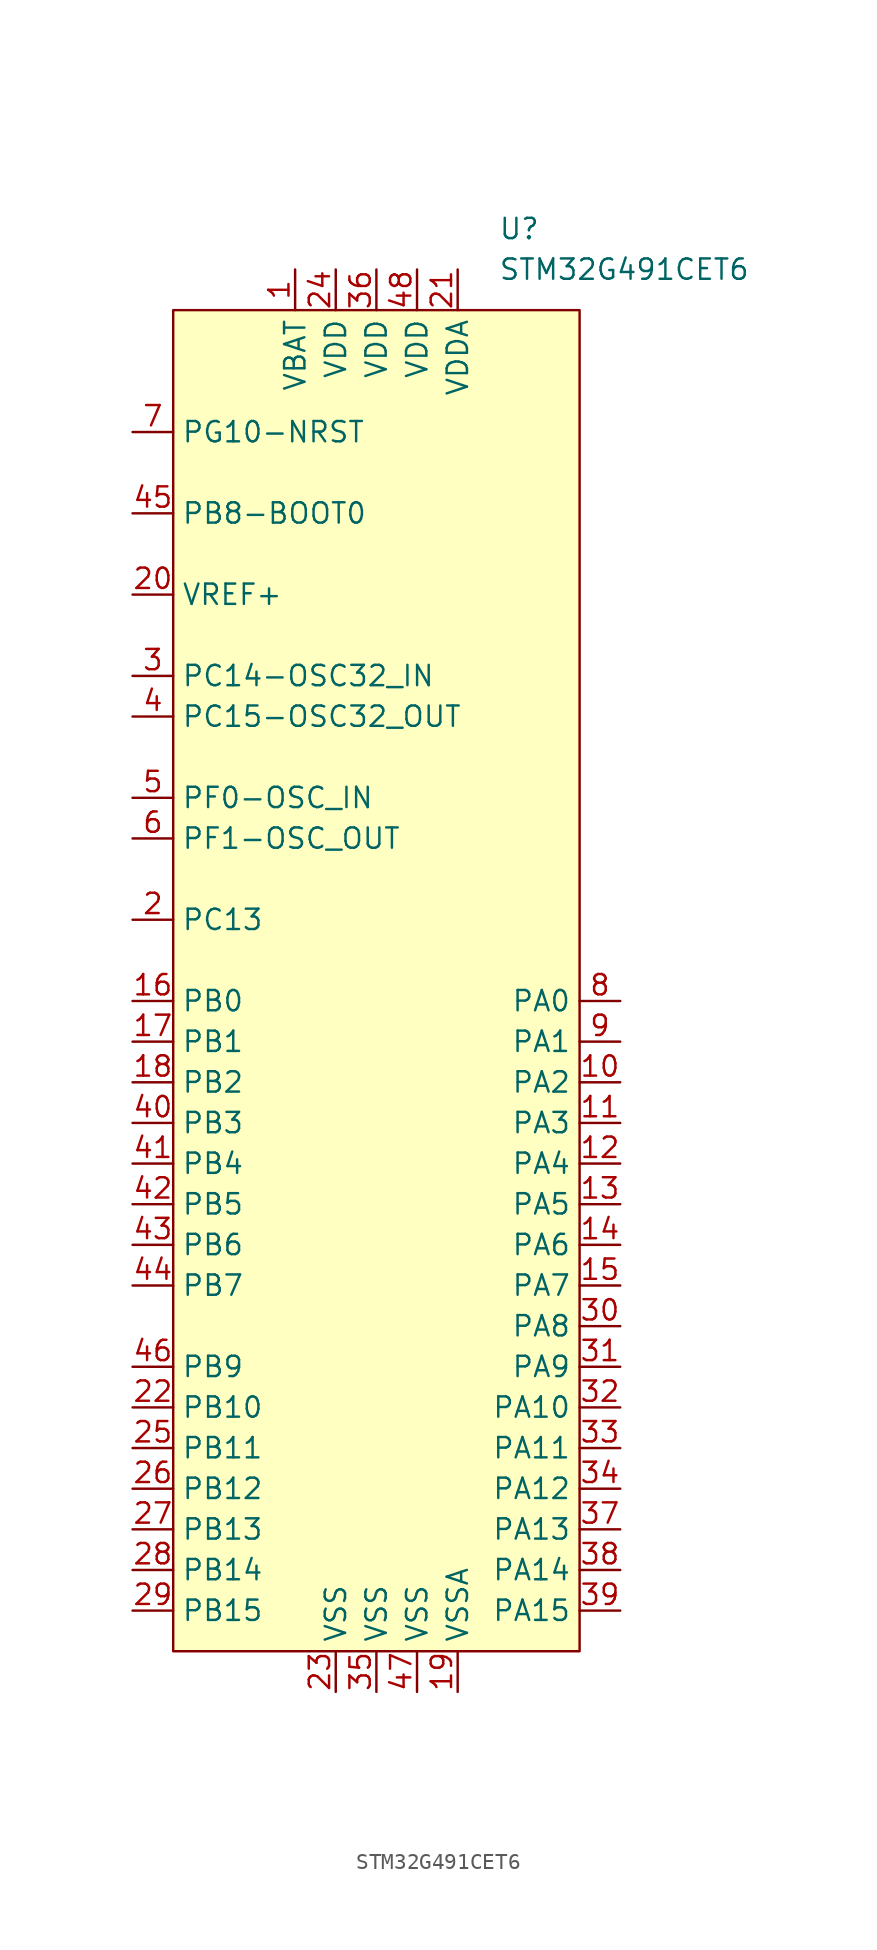
<source format=kicad_sym>
(kicad_symbol_lib
  (version 20211014)
  (generator kicad_symbol_editor)
  (symbol "STM32G491CET6"
    (property "Reference" "U"
      (at 7.62 48.26 0)
      (effects (font (size 1.27 1.27)) (justify left)))
    (property "Value" "STM32G491CET6"
      (at 7.62 45.72 0)
      (effects (font (size 1.27 1.27)) (justify left)))
    (symbol "STM32G491CET6_0_1"
      (rectangle (start -12.7 43.18) (end 12.7 -40.64) (stroke (width 0) (type default) (color 0 0 0 0)) (fill (type background))))
    (symbol "STM32G491CET6_1_1"
      (pin power_in line (at -5.08 45.72 270) (length 2.54) (name "VBAT" (effects (font (size 1.27 1.27)))) (number "1" (effects (font (size 1.27 1.27)))))
      (pin bidirectional line (at 15.24 -5.08 180) (length 2.54) (name "PA2" (effects (font (size 1.27 1.27)))) (number "10" (effects (font (size 1.27 1.27)))))
      (pin bidirectional line (at 15.24 -7.62 180) (length 2.54) (name "PA3" (effects (font (size 1.27 1.27)))) (number "11" (effects (font (size 1.27 1.27)))))
      (pin bidirectional line (at 15.24 -10.16 180) (length 2.54) (name "PA4" (effects (font (size 1.27 1.27)))) (number "12" (effects (font (size 1.27 1.27)))))
      (pin bidirectional line (at 15.24 -12.7 180) (length 2.54) (name "PA5" (effects (font (size 1.27 1.27)))) (number "13" (effects (font (size 1.27 1.27)))))
      (pin bidirectional line (at 15.24 -15.24 180) (length 2.54) (name "PA6" (effects (font (size 1.27 1.27)))) (number "14" (effects (font (size 1.27 1.27)))))
      (pin bidirectional line (at 15.24 -17.78 180) (length 2.54) (name "PA7" (effects (font (size 1.27 1.27)))) (number "15" (effects (font (size 1.27 1.27)))))
      (pin bidirectional line (at -15.24 0 0) (length 2.54) (name "PB0" (effects (font (size 1.27 1.27)))) (number "16" (effects (font (size 1.27 1.27)))))
      (pin bidirectional line (at -15.24 -2.54 0) (length 2.54) (name "PB1" (effects (font (size 1.27 1.27)))) (number "17" (effects (font (size 1.27 1.27)))))
      (pin bidirectional line (at -15.24 -5.08 0) (length 2.54) (name "PB2" (effects (font (size 1.27 1.27)))) (number "18" (effects (font (size 1.27 1.27)))))
      (pin power_in line (at 5.08 -43.18 90) (length 2.54) (name "VSSA" (effects (font (size 1.27 1.27)))) (number "19" (effects (font (size 1.27 1.27)))))
      (pin bidirectional line (at -15.24 5.08 0) (length 2.54) (name "PC13" (effects (font (size 1.27 1.27)))) (number "2" (effects (font (size 1.27 1.27)))))
      (pin power_in line (at -15.24 25.4 0) (length 2.54) (name "VREF+" (effects (font (size 1.27 1.27)))) (number "20" (effects (font (size 1.27 1.27)))))
      (pin power_in line (at 5.08 45.72 270) (length 2.54) (name "VDDA" (effects (font (size 1.27 1.27)))) (number "21" (effects (font (size 1.27 1.27)))))
      (pin bidirectional line (at -15.24 -25.4 0) (length 2.54) (name "PB10" (effects (font (size 1.27 1.27)))) (number "22" (effects (font (size 1.27 1.27)))))
      (pin power_in line (at -2.54 -43.18 90) (length 2.54) (name "VSS" (effects (font (size 1.27 1.27)))) (number "23" (effects (font (size 1.27 1.27)))))
      (pin power_in line (at -2.54 45.72 270) (length 2.54) (name "VDD" (effects (font (size 1.27 1.27)))) (number "24" (effects (font (size 1.27 1.27)))))
      (pin bidirectional line (at -15.24 -27.94 0) (length 2.54) (name "PB11" (effects (font (size 1.27 1.27)))) (number "25" (effects (font (size 1.27 1.27)))))
      (pin bidirectional line (at -15.24 -30.48 0) (length 2.54) (name "PB12" (effects (font (size 1.27 1.27)))) (number "26" (effects (font (size 1.27 1.27)))))
      (pin bidirectional line (at -15.24 -33.02 0) (length 2.54) (name "PB13" (effects (font (size 1.27 1.27)))) (number "27" (effects (font (size 1.27 1.27)))))
      (pin bidirectional line (at -15.24 -35.56 0) (length 2.54) (name "PB14" (effects (font (size 1.27 1.27)))) (number "28" (effects (font (size 1.27 1.27)))))
      (pin bidirectional line (at -15.24 -38.1 0) (length 2.54) (name "PB15" (effects (font (size 1.27 1.27)))) (number "29" (effects (font (size 1.27 1.27)))))
      (pin bidirectional line (at -15.24 20.32 0) (length 2.54) (name "PC14-OSC32_IN" (effects (font (size 1.27 1.27)))) (number "3" (effects (font (size 1.27 1.27)))))
      (pin bidirectional line (at 15.24 -20.32 180) (length 2.54) (name "PA8" (effects (font (size 1.27 1.27)))) (number "30" (effects (font (size 1.27 1.27)))))
      (pin bidirectional line (at 15.24 -22.86 180) (length 2.54) (name "PA9" (effects (font (size 1.27 1.27)))) (number "31" (effects (font (size 1.27 1.27)))))
      (pin bidirectional line (at 15.24 -25.4 180) (length 2.54) (name "PA10" (effects (font (size 1.27 1.27)))) (number "32" (effects (font (size 1.27 1.27)))))
      (pin bidirectional line (at 15.24 -27.94 180) (length 2.54) (name "PA11" (effects (font (size 1.27 1.27)))) (number "33" (effects (font (size 1.27 1.27)))))
      (pin bidirectional line (at 15.24 -30.48 180) (length 2.54) (name "PA12" (effects (font (size 1.27 1.27)))) (number "34" (effects (font (size 1.27 1.27)))))
      (pin power_in line (at 0 -43.18 90) (length 2.54) (name "VSS" (effects (font (size 1.27 1.27)))) (number "35" (effects (font (size 1.27 1.27)))))
      (pin power_in line (at 0 45.72 270) (length 2.54) (name "VDD" (effects (font (size 1.27 1.27)))) (number "36" (effects (font (size 1.27 1.27)))))
      (pin bidirectional line (at 15.24 -33.02 180) (length 2.54) (name "PA13" (effects (font (size 1.27 1.27)))) (number "37" (effects (font (size 1.27 1.27)))))
      (pin bidirectional line (at 15.24 -35.56 180) (length 2.54) (name "PA14" (effects (font (size 1.27 1.27)))) (number "38" (effects (font (size 1.27 1.27)))))
      (pin bidirectional line (at 15.24 -38.1 180) (length 2.54) (name "PA15" (effects (font (size 1.27 1.27)))) (number "39" (effects (font (size 1.27 1.27)))))
      (pin bidirectional line (at -15.24 17.78 0) (length 2.54) (name "PC15-OSC32_OUT" (effects (font (size 1.27 1.27)))) (number "4" (effects (font (size 1.27 1.27)))))
      (pin bidirectional line (at -15.24 -7.62 0) (length 2.54) (name "PB3" (effects (font (size 1.27 1.27)))) (number "40" (effects (font (size 1.27 1.27)))))
      (pin bidirectional line (at -15.24 -10.16 0) (length 2.54) (name "PB4" (effects (font (size 1.27 1.27)))) (number "41" (effects (font (size 1.27 1.27)))))
      (pin bidirectional line (at -15.24 -12.7 0) (length 2.54) (name "PB5" (effects (font (size 1.27 1.27)))) (number "42" (effects (font (size 1.27 1.27)))))
      (pin bidirectional line (at -15.24 -15.24 0) (length 2.54) (name "PB6" (effects (font (size 1.27 1.27)))) (number "43" (effects (font (size 1.27 1.27)))))
      (pin bidirectional line (at -15.24 -17.78 0) (length 2.54) (name "PB7" (effects (font (size 1.27 1.27)))) (number "44" (effects (font (size 1.27 1.27)))))
      (pin bidirectional line (at -15.24 30.48 0) (length 2.54) (name "PB8-BOOT0" (effects (font (size 1.27 1.27)))) (number "45" (effects (font (size 1.27 1.27)))))
      (pin bidirectional line (at -15.24 -22.86 0) (length 2.54) (name "PB9" (effects (font (size 1.27 1.27)))) (number "46" (effects (font (size 1.27 1.27)))))
      (pin power_in line (at 2.54 -43.18 90) (length 2.54) (name "VSS" (effects (font (size 1.27 1.27)))) (number "47" (effects (font (size 1.27 1.27)))))
      (pin power_in line (at 2.54 45.72 270) (length 2.54) (name "VDD" (effects (font (size 1.27 1.27)))) (number "48" (effects (font (size 1.27 1.27)))))
      (pin bidirectional line (at -15.24 12.7 0) (length 2.54) (name "PF0-OSC_IN" (effects (font (size 1.27 1.27)))) (number "5" (effects (font (size 1.27 1.27)))))
      (pin bidirectional line (at -15.24 10.16 0) (length 2.54) (name "PF1-OSC_OUT" (effects (font (size 1.27 1.27)))) (number "6" (effects (font (size 1.27 1.27)))))
      (pin bidirectional line (at -15.24 35.56 0) (length 2.54) (name "PG10-NRST" (effects (font (size 1.27 1.27)))) (number "7" (effects (font (size 1.27 1.27)))))
      (pin bidirectional line (at 15.24 0 180) (length 2.54) (name "PA0" (effects (font (size 1.27 1.27)))) (number "8" (effects (font (size 1.27 1.27)))))
      (pin bidirectional line (at 15.24 -2.54 180) (length 2.54) (name "PA1" (effects (font (size 1.27 1.27)))) (number "9" (effects (font (size 1.27 1.27))))))))
</source>
